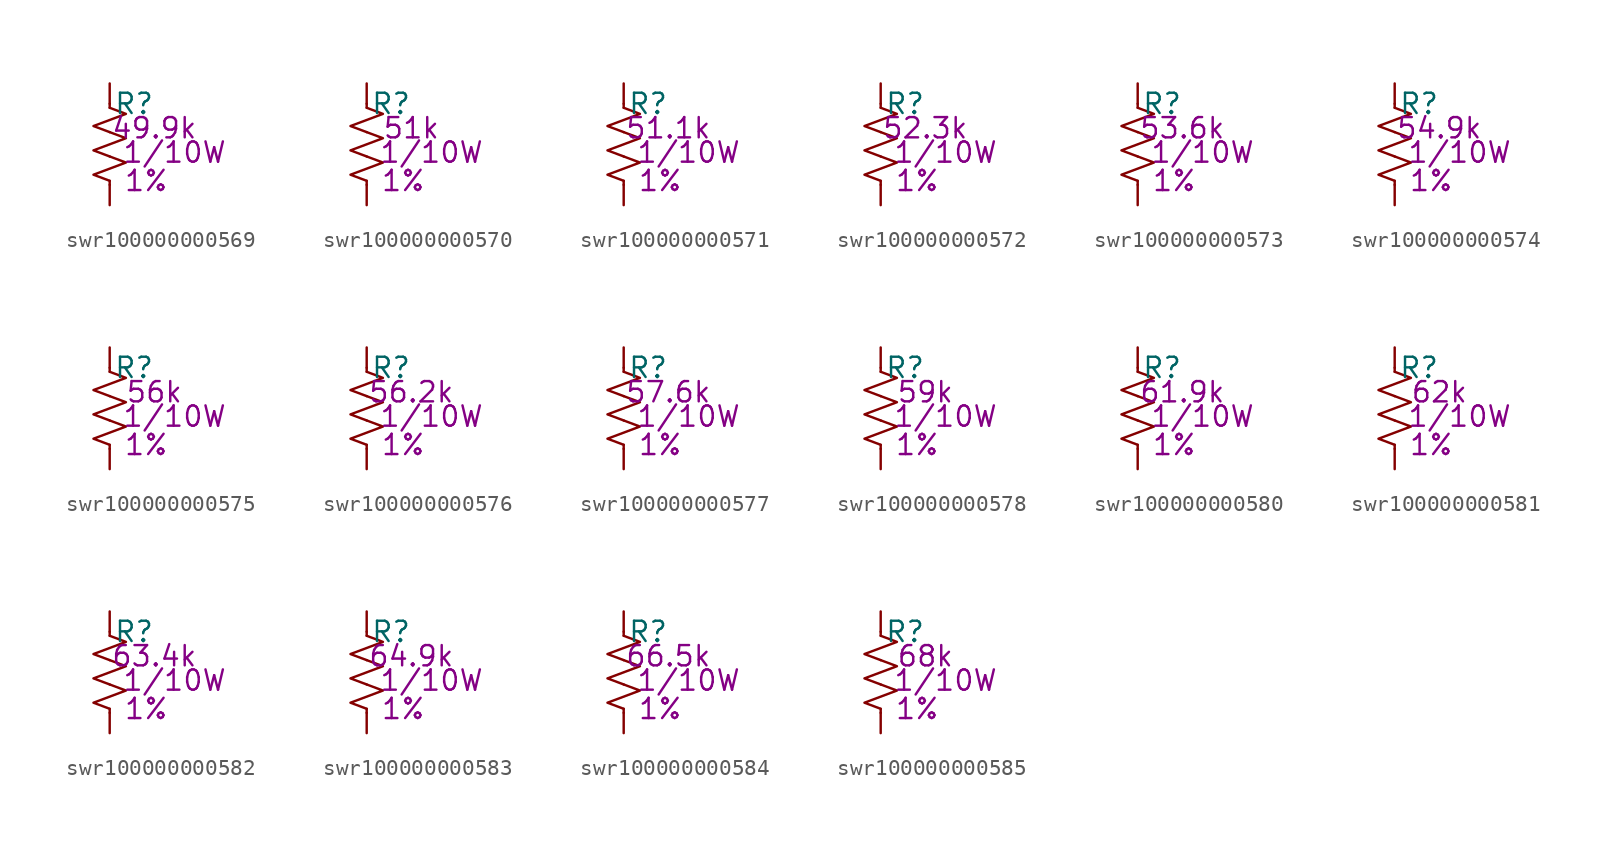
<source format=kicad_sym>
(kicad_symbol_lib
  (version 20211014)
  (generator kicad_symbol_editor)
  (symbol "swr100000000569"
    (pin_numbers hide)
    (pin_names
      (offset 1.016))
    (property "Reference" "R"
      (at 1.524 2.54 0)
      (effects (font (size 1.27 1.27))))
    (property "Tolerance" "1%"
      (at 2.286 -2.286 0)
      (effects (font (size 1.27 1.27))))
    (property "Wattage" "1/10W"
      (at 4.064 -0.508 0)
      (effects (font (size 1.27 1.27))))
    (property "PartValue" "49.9k"
      (at 2.794 1.016 0)
      (effects (font (size 1.27 1.27))))
    (symbol "swr100000000569_1_1"
      (polyline (pts (xy 0 -2.286) (xy 0 -2.54)) (stroke (width 0) (type default) (color 0 0 0 0)) (fill (type none)))
      (polyline (pts (xy 0 2.286) (xy 0 2.54)) (stroke (width 0) (type default) (color 0 0 0 0)) (fill (type none)))
      (polyline (pts (xy 0 -0.762) (xy 1.016 -1.143) (xy 0 -1.524) (xy -1.016 -1.905) (xy 0 -2.286)) (stroke (width 0) (type default) (color 0 0 0 0)) (fill (type none)))
      (polyline (pts (xy 0 0.762) (xy 1.016 0.381) (xy 0 0) (xy -1.016 -0.381) (xy 0 -0.762)) (stroke (width 0) (type default) (color 0 0 0 0)) (fill (type none)))
      (polyline (pts (xy 0 2.286) (xy 1.016 1.905) (xy 0 1.524) (xy -1.016 1.143) (xy 0 0.762)) (stroke (width 0) (type default) (color 0 0 0 0)) (fill (type none)))
      (pin passive line (at 0 3.81 270) (length 1.27) (name "~" (effects (font (size 1.27 1.27)))) (number "1" (effects (font (size 1.27 1.27)))))
      (pin passive line (at 0 -3.81 90) (length 1.27) (name "~" (effects (font (size 1.27 1.27)))) (number "2" (effects (font (size 1.27 1.27)))))))
  (symbol "swr100000000570"
    (pin_numbers hide)
    (pin_names
      (offset 1.016))
    (property "Reference" "R"
      (at 1.524 2.54 0)
      (effects (font (size 1.27 1.27))))
    (property "Tolerance" "1%"
      (at 2.286 -2.286 0)
      (effects (font (size 1.27 1.27))))
    (property "Wattage" "1/10W"
      (at 4.064 -0.508 0)
      (effects (font (size 1.27 1.27))))
    (property "PartValue" "51k"
      (at 2.794 1.016 0)
      (effects (font (size 1.27 1.27))))
    (symbol "swr100000000570_1_1"
      (polyline (pts (xy 0 -2.286) (xy 0 -2.54)) (stroke (width 0) (type default) (color 0 0 0 0)) (fill (type none)))
      (polyline (pts (xy 0 2.286) (xy 0 2.54)) (stroke (width 0) (type default) (color 0 0 0 0)) (fill (type none)))
      (polyline (pts (xy 0 -0.762) (xy 1.016 -1.143) (xy 0 -1.524) (xy -1.016 -1.905) (xy 0 -2.286)) (stroke (width 0) (type default) (color 0 0 0 0)) (fill (type none)))
      (polyline (pts (xy 0 0.762) (xy 1.016 0.381) (xy 0 0) (xy -1.016 -0.381) (xy 0 -0.762)) (stroke (width 0) (type default) (color 0 0 0 0)) (fill (type none)))
      (polyline (pts (xy 0 2.286) (xy 1.016 1.905) (xy 0 1.524) (xy -1.016 1.143) (xy 0 0.762)) (stroke (width 0) (type default) (color 0 0 0 0)) (fill (type none)))
      (pin passive line (at 0 3.81 270) (length 1.27) (name "~" (effects (font (size 1.27 1.27)))) (number "1" (effects (font (size 1.27 1.27)))))
      (pin passive line (at 0 -3.81 90) (length 1.27) (name "~" (effects (font (size 1.27 1.27)))) (number "2" (effects (font (size 1.27 1.27)))))))
  (symbol "swr100000000571"
    (pin_numbers hide)
    (pin_names
      (offset 1.016))
    (property "Reference" "R"
      (at 1.524 2.54 0)
      (effects (font (size 1.27 1.27))))
    (property "Tolerance" "1%"
      (at 2.286 -2.286 0)
      (effects (font (size 1.27 1.27))))
    (property "Wattage" "1/10W"
      (at 4.064 -0.508 0)
      (effects (font (size 1.27 1.27))))
    (property "PartValue" "51.1k"
      (at 2.794 1.016 0)
      (effects (font (size 1.27 1.27))))
    (symbol "swr100000000571_1_1"
      (polyline (pts (xy 0 -2.286) (xy 0 -2.54)) (stroke (width 0) (type default) (color 0 0 0 0)) (fill (type none)))
      (polyline (pts (xy 0 2.286) (xy 0 2.54)) (stroke (width 0) (type default) (color 0 0 0 0)) (fill (type none)))
      (polyline (pts (xy 0 -0.762) (xy 1.016 -1.143) (xy 0 -1.524) (xy -1.016 -1.905) (xy 0 -2.286)) (stroke (width 0) (type default) (color 0 0 0 0)) (fill (type none)))
      (polyline (pts (xy 0 0.762) (xy 1.016 0.381) (xy 0 0) (xy -1.016 -0.381) (xy 0 -0.762)) (stroke (width 0) (type default) (color 0 0 0 0)) (fill (type none)))
      (polyline (pts (xy 0 2.286) (xy 1.016 1.905) (xy 0 1.524) (xy -1.016 1.143) (xy 0 0.762)) (stroke (width 0) (type default) (color 0 0 0 0)) (fill (type none)))
      (pin passive line (at 0 3.81 270) (length 1.27) (name "~" (effects (font (size 1.27 1.27)))) (number "1" (effects (font (size 1.27 1.27)))))
      (pin passive line (at 0 -3.81 90) (length 1.27) (name "~" (effects (font (size 1.27 1.27)))) (number "2" (effects (font (size 1.27 1.27)))))))
  (symbol "swr100000000572"
    (pin_numbers hide)
    (pin_names
      (offset 1.016))
    (property "Reference" "R"
      (at 1.524 2.54 0)
      (effects (font (size 1.27 1.27))))
    (property "Tolerance" "1%"
      (at 2.286 -2.286 0)
      (effects (font (size 1.27 1.27))))
    (property "Wattage" "1/10W"
      (at 4.064 -0.508 0)
      (effects (font (size 1.27 1.27))))
    (property "PartValue" "52.3k"
      (at 2.794 1.016 0)
      (effects (font (size 1.27 1.27))))
    (symbol "swr100000000572_1_1"
      (polyline (pts (xy 0 -2.286) (xy 0 -2.54)) (stroke (width 0) (type default) (color 0 0 0 0)) (fill (type none)))
      (polyline (pts (xy 0 2.286) (xy 0 2.54)) (stroke (width 0) (type default) (color 0 0 0 0)) (fill (type none)))
      (polyline (pts (xy 0 -0.762) (xy 1.016 -1.143) (xy 0 -1.524) (xy -1.016 -1.905) (xy 0 -2.286)) (stroke (width 0) (type default) (color 0 0 0 0)) (fill (type none)))
      (polyline (pts (xy 0 0.762) (xy 1.016 0.381) (xy 0 0) (xy -1.016 -0.381) (xy 0 -0.762)) (stroke (width 0) (type default) (color 0 0 0 0)) (fill (type none)))
      (polyline (pts (xy 0 2.286) (xy 1.016 1.905) (xy 0 1.524) (xy -1.016 1.143) (xy 0 0.762)) (stroke (width 0) (type default) (color 0 0 0 0)) (fill (type none)))
      (pin passive line (at 0 3.81 270) (length 1.27) (name "~" (effects (font (size 1.27 1.27)))) (number "1" (effects (font (size 1.27 1.27)))))
      (pin passive line (at 0 -3.81 90) (length 1.27) (name "~" (effects (font (size 1.27 1.27)))) (number "2" (effects (font (size 1.27 1.27)))))))
  (symbol "swr100000000573"
    (pin_numbers hide)
    (pin_names
      (offset 1.016))
    (property "Reference" "R"
      (at 1.524 2.54 0)
      (effects (font (size 1.27 1.27))))
    (property "Tolerance" "1%"
      (at 2.286 -2.286 0)
      (effects (font (size 1.27 1.27))))
    (property "Wattage" "1/10W"
      (at 4.064 -0.508 0)
      (effects (font (size 1.27 1.27))))
    (property "PartValue" "53.6k"
      (at 2.794 1.016 0)
      (effects (font (size 1.27 1.27))))
    (symbol "swr100000000573_1_1"
      (polyline (pts (xy 0 -2.286) (xy 0 -2.54)) (stroke (width 0) (type default) (color 0 0 0 0)) (fill (type none)))
      (polyline (pts (xy 0 2.286) (xy 0 2.54)) (stroke (width 0) (type default) (color 0 0 0 0)) (fill (type none)))
      (polyline (pts (xy 0 -0.762) (xy 1.016 -1.143) (xy 0 -1.524) (xy -1.016 -1.905) (xy 0 -2.286)) (stroke (width 0) (type default) (color 0 0 0 0)) (fill (type none)))
      (polyline (pts (xy 0 0.762) (xy 1.016 0.381) (xy 0 0) (xy -1.016 -0.381) (xy 0 -0.762)) (stroke (width 0) (type default) (color 0 0 0 0)) (fill (type none)))
      (polyline (pts (xy 0 2.286) (xy 1.016 1.905) (xy 0 1.524) (xy -1.016 1.143) (xy 0 0.762)) (stroke (width 0) (type default) (color 0 0 0 0)) (fill (type none)))
      (pin passive line (at 0 3.81 270) (length 1.27) (name "~" (effects (font (size 1.27 1.27)))) (number "1" (effects (font (size 1.27 1.27)))))
      (pin passive line (at 0 -3.81 90) (length 1.27) (name "~" (effects (font (size 1.27 1.27)))) (number "2" (effects (font (size 1.27 1.27)))))))
  (symbol "swr100000000574"
    (pin_numbers hide)
    (pin_names
      (offset 1.016))
    (property "Reference" "R"
      (at 1.524 2.54 0)
      (effects (font (size 1.27 1.27))))
    (property "Tolerance" "1%"
      (at 2.286 -2.286 0)
      (effects (font (size 1.27 1.27))))
    (property "Wattage" "1/10W"
      (at 4.064 -0.508 0)
      (effects (font (size 1.27 1.27))))
    (property "PartValue" "54.9k"
      (at 2.794 1.016 0)
      (effects (font (size 1.27 1.27))))
    (symbol "swr100000000574_1_1"
      (polyline (pts (xy 0 -2.286) (xy 0 -2.54)) (stroke (width 0) (type default) (color 0 0 0 0)) (fill (type none)))
      (polyline (pts (xy 0 2.286) (xy 0 2.54)) (stroke (width 0) (type default) (color 0 0 0 0)) (fill (type none)))
      (polyline (pts (xy 0 -0.762) (xy 1.016 -1.143) (xy 0 -1.524) (xy -1.016 -1.905) (xy 0 -2.286)) (stroke (width 0) (type default) (color 0 0 0 0)) (fill (type none)))
      (polyline (pts (xy 0 0.762) (xy 1.016 0.381) (xy 0 0) (xy -1.016 -0.381) (xy 0 -0.762)) (stroke (width 0) (type default) (color 0 0 0 0)) (fill (type none)))
      (polyline (pts (xy 0 2.286) (xy 1.016 1.905) (xy 0 1.524) (xy -1.016 1.143) (xy 0 0.762)) (stroke (width 0) (type default) (color 0 0 0 0)) (fill (type none)))
      (pin passive line (at 0 3.81 270) (length 1.27) (name "~" (effects (font (size 1.27 1.27)))) (number "1" (effects (font (size 1.27 1.27)))))
      (pin passive line (at 0 -3.81 90) (length 1.27) (name "~" (effects (font (size 1.27 1.27)))) (number "2" (effects (font (size 1.27 1.27)))))))
  (symbol "swr100000000575"
    (pin_numbers hide)
    (pin_names
      (offset 1.016))
    (property "Reference" "R"
      (at 1.524 2.54 0)
      (effects (font (size 1.27 1.27))))
    (property "Tolerance" "1%"
      (at 2.286 -2.286 0)
      (effects (font (size 1.27 1.27))))
    (property "Wattage" "1/10W"
      (at 4.064 -0.508 0)
      (effects (font (size 1.27 1.27))))
    (property "PartValue" "56k"
      (at 2.794 1.016 0)
      (effects (font (size 1.27 1.27))))
    (symbol "swr100000000575_1_1"
      (polyline (pts (xy 0 -2.286) (xy 0 -2.54)) (stroke (width 0) (type default) (color 0 0 0 0)) (fill (type none)))
      (polyline (pts (xy 0 2.286) (xy 0 2.54)) (stroke (width 0) (type default) (color 0 0 0 0)) (fill (type none)))
      (polyline (pts (xy 0 -0.762) (xy 1.016 -1.143) (xy 0 -1.524) (xy -1.016 -1.905) (xy 0 -2.286)) (stroke (width 0) (type default) (color 0 0 0 0)) (fill (type none)))
      (polyline (pts (xy 0 0.762) (xy 1.016 0.381) (xy 0 0) (xy -1.016 -0.381) (xy 0 -0.762)) (stroke (width 0) (type default) (color 0 0 0 0)) (fill (type none)))
      (polyline (pts (xy 0 2.286) (xy 1.016 1.905) (xy 0 1.524) (xy -1.016 1.143) (xy 0 0.762)) (stroke (width 0) (type default) (color 0 0 0 0)) (fill (type none)))
      (pin passive line (at 0 3.81 270) (length 1.27) (name "~" (effects (font (size 1.27 1.27)))) (number "1" (effects (font (size 1.27 1.27)))))
      (pin passive line (at 0 -3.81 90) (length 1.27) (name "~" (effects (font (size 1.27 1.27)))) (number "2" (effects (font (size 1.27 1.27)))))))
  (symbol "swr100000000576"
    (pin_numbers hide)
    (pin_names
      (offset 1.016))
    (property "Reference" "R"
      (at 1.524 2.54 0)
      (effects (font (size 1.27 1.27))))
    (property "Tolerance" "1%"
      (at 2.286 -2.286 0)
      (effects (font (size 1.27 1.27))))
    (property "Wattage" "1/10W"
      (at 4.064 -0.508 0)
      (effects (font (size 1.27 1.27))))
    (property "PartValue" "56.2k"
      (at 2.794 1.016 0)
      (effects (font (size 1.27 1.27))))
    (symbol "swr100000000576_1_1"
      (polyline (pts (xy 0 -2.286) (xy 0 -2.54)) (stroke (width 0) (type default) (color 0 0 0 0)) (fill (type none)))
      (polyline (pts (xy 0 2.286) (xy 0 2.54)) (stroke (width 0) (type default) (color 0 0 0 0)) (fill (type none)))
      (polyline (pts (xy 0 -0.762) (xy 1.016 -1.143) (xy 0 -1.524) (xy -1.016 -1.905) (xy 0 -2.286)) (stroke (width 0) (type default) (color 0 0 0 0)) (fill (type none)))
      (polyline (pts (xy 0 0.762) (xy 1.016 0.381) (xy 0 0) (xy -1.016 -0.381) (xy 0 -0.762)) (stroke (width 0) (type default) (color 0 0 0 0)) (fill (type none)))
      (polyline (pts (xy 0 2.286) (xy 1.016 1.905) (xy 0 1.524) (xy -1.016 1.143) (xy 0 0.762)) (stroke (width 0) (type default) (color 0 0 0 0)) (fill (type none)))
      (pin passive line (at 0 3.81 270) (length 1.27) (name "~" (effects (font (size 1.27 1.27)))) (number "1" (effects (font (size 1.27 1.27)))))
      (pin passive line (at 0 -3.81 90) (length 1.27) (name "~" (effects (font (size 1.27 1.27)))) (number "2" (effects (font (size 1.27 1.27)))))))
  (symbol "swr100000000577"
    (pin_numbers hide)
    (pin_names
      (offset 1.016))
    (property "Reference" "R"
      (at 1.524 2.54 0)
      (effects (font (size 1.27 1.27))))
    (property "Tolerance" "1%"
      (at 2.286 -2.286 0)
      (effects (font (size 1.27 1.27))))
    (property "Wattage" "1/10W"
      (at 4.064 -0.508 0)
      (effects (font (size 1.27 1.27))))
    (property "PartValue" "57.6k"
      (at 2.794 1.016 0)
      (effects (font (size 1.27 1.27))))
    (symbol "swr100000000577_1_1"
      (polyline (pts (xy 0 -2.286) (xy 0 -2.54)) (stroke (width 0) (type default) (color 0 0 0 0)) (fill (type none)))
      (polyline (pts (xy 0 2.286) (xy 0 2.54)) (stroke (width 0) (type default) (color 0 0 0 0)) (fill (type none)))
      (polyline (pts (xy 0 -0.762) (xy 1.016 -1.143) (xy 0 -1.524) (xy -1.016 -1.905) (xy 0 -2.286)) (stroke (width 0) (type default) (color 0 0 0 0)) (fill (type none)))
      (polyline (pts (xy 0 0.762) (xy 1.016 0.381) (xy 0 0) (xy -1.016 -0.381) (xy 0 -0.762)) (stroke (width 0) (type default) (color 0 0 0 0)) (fill (type none)))
      (polyline (pts (xy 0 2.286) (xy 1.016 1.905) (xy 0 1.524) (xy -1.016 1.143) (xy 0 0.762)) (stroke (width 0) (type default) (color 0 0 0 0)) (fill (type none)))
      (pin passive line (at 0 3.81 270) (length 1.27) (name "~" (effects (font (size 1.27 1.27)))) (number "1" (effects (font (size 1.27 1.27)))))
      (pin passive line (at 0 -3.81 90) (length 1.27) (name "~" (effects (font (size 1.27 1.27)))) (number "2" (effects (font (size 1.27 1.27)))))))
  (symbol "swr100000000578"
    (pin_numbers hide)
    (pin_names
      (offset 1.016))
    (property "Reference" "R"
      (at 1.524 2.54 0)
      (effects (font (size 1.27 1.27))))
    (property "Tolerance" "1%"
      (at 2.286 -2.286 0)
      (effects (font (size 1.27 1.27))))
    (property "Wattage" "1/10W"
      (at 4.064 -0.508 0)
      (effects (font (size 1.27 1.27))))
    (property "PartValue" "59k"
      (at 2.794 1.016 0)
      (effects (font (size 1.27 1.27))))
    (symbol "swr100000000578_1_1"
      (polyline (pts (xy 0 -2.286) (xy 0 -2.54)) (stroke (width 0) (type default) (color 0 0 0 0)) (fill (type none)))
      (polyline (pts (xy 0 2.286) (xy 0 2.54)) (stroke (width 0) (type default) (color 0 0 0 0)) (fill (type none)))
      (polyline (pts (xy 0 -0.762) (xy 1.016 -1.143) (xy 0 -1.524) (xy -1.016 -1.905) (xy 0 -2.286)) (stroke (width 0) (type default) (color 0 0 0 0)) (fill (type none)))
      (polyline (pts (xy 0 0.762) (xy 1.016 0.381) (xy 0 0) (xy -1.016 -0.381) (xy 0 -0.762)) (stroke (width 0) (type default) (color 0 0 0 0)) (fill (type none)))
      (polyline (pts (xy 0 2.286) (xy 1.016 1.905) (xy 0 1.524) (xy -1.016 1.143) (xy 0 0.762)) (stroke (width 0) (type default) (color 0 0 0 0)) (fill (type none)))
      (pin passive line (at 0 3.81 270) (length 1.27) (name "~" (effects (font (size 1.27 1.27)))) (number "1" (effects (font (size 1.27 1.27)))))
      (pin passive line (at 0 -3.81 90) (length 1.27) (name "~" (effects (font (size 1.27 1.27)))) (number "2" (effects (font (size 1.27 1.27)))))))
  (symbol "swr100000000580"
    (pin_numbers hide)
    (pin_names
      (offset 1.016))
    (property "Reference" "R"
      (at 1.524 2.54 0)
      (effects (font (size 1.27 1.27))))
    (property "Tolerance" "1%"
      (at 2.286 -2.286 0)
      (effects (font (size 1.27 1.27))))
    (property "Wattage" "1/10W"
      (at 4.064 -0.508 0)
      (effects (font (size 1.27 1.27))))
    (property "PartValue" "61.9k"
      (at 2.794 1.016 0)
      (effects (font (size 1.27 1.27))))
    (symbol "swr100000000580_1_1"
      (polyline (pts (xy 0 -2.286) (xy 0 -2.54)) (stroke (width 0) (type default) (color 0 0 0 0)) (fill (type none)))
      (polyline (pts (xy 0 2.286) (xy 0 2.54)) (stroke (width 0) (type default) (color 0 0 0 0)) (fill (type none)))
      (polyline (pts (xy 0 -0.762) (xy 1.016 -1.143) (xy 0 -1.524) (xy -1.016 -1.905) (xy 0 -2.286)) (stroke (width 0) (type default) (color 0 0 0 0)) (fill (type none)))
      (polyline (pts (xy 0 0.762) (xy 1.016 0.381) (xy 0 0) (xy -1.016 -0.381) (xy 0 -0.762)) (stroke (width 0) (type default) (color 0 0 0 0)) (fill (type none)))
      (polyline (pts (xy 0 2.286) (xy 1.016 1.905) (xy 0 1.524) (xy -1.016 1.143) (xy 0 0.762)) (stroke (width 0) (type default) (color 0 0 0 0)) (fill (type none)))
      (pin passive line (at 0 3.81 270) (length 1.27) (name "~" (effects (font (size 1.27 1.27)))) (number "1" (effects (font (size 1.27 1.27)))))
      (pin passive line (at 0 -3.81 90) (length 1.27) (name "~" (effects (font (size 1.27 1.27)))) (number "2" (effects (font (size 1.27 1.27)))))))
  (symbol "swr100000000581"
    (pin_numbers hide)
    (pin_names
      (offset 1.016))
    (property "Reference" "R"
      (at 1.524 2.54 0)
      (effects (font (size 1.27 1.27))))
    (property "Tolerance" "1%"
      (at 2.286 -2.286 0)
      (effects (font (size 1.27 1.27))))
    (property "Wattage" "1/10W"
      (at 4.064 -0.508 0)
      (effects (font (size 1.27 1.27))))
    (property "PartValue" "62k"
      (at 2.794 1.016 0)
      (effects (font (size 1.27 1.27))))
    (symbol "swr100000000581_1_1"
      (polyline (pts (xy 0 -2.286) (xy 0 -2.54)) (stroke (width 0) (type default) (color 0 0 0 0)) (fill (type none)))
      (polyline (pts (xy 0 2.286) (xy 0 2.54)) (stroke (width 0) (type default) (color 0 0 0 0)) (fill (type none)))
      (polyline (pts (xy 0 -0.762) (xy 1.016 -1.143) (xy 0 -1.524) (xy -1.016 -1.905) (xy 0 -2.286)) (stroke (width 0) (type default) (color 0 0 0 0)) (fill (type none)))
      (polyline (pts (xy 0 0.762) (xy 1.016 0.381) (xy 0 0) (xy -1.016 -0.381) (xy 0 -0.762)) (stroke (width 0) (type default) (color 0 0 0 0)) (fill (type none)))
      (polyline (pts (xy 0 2.286) (xy 1.016 1.905) (xy 0 1.524) (xy -1.016 1.143) (xy 0 0.762)) (stroke (width 0) (type default) (color 0 0 0 0)) (fill (type none)))
      (pin passive line (at 0 3.81 270) (length 1.27) (name "~" (effects (font (size 1.27 1.27)))) (number "1" (effects (font (size 1.27 1.27)))))
      (pin passive line (at 0 -3.81 90) (length 1.27) (name "~" (effects (font (size 1.27 1.27)))) (number "2" (effects (font (size 1.27 1.27)))))))
  (symbol "swr100000000582"
    (pin_numbers hide)
    (pin_names
      (offset 1.016))
    (property "Reference" "R"
      (at 1.524 2.54 0)
      (effects (font (size 1.27 1.27))))
    (property "Tolerance" "1%"
      (at 2.286 -2.286 0)
      (effects (font (size 1.27 1.27))))
    (property "Wattage" "1/10W"
      (at 4.064 -0.508 0)
      (effects (font (size 1.27 1.27))))
    (property "PartValue" "63.4k"
      (at 2.794 1.016 0)
      (effects (font (size 1.27 1.27))))
    (symbol "swr100000000582_1_1"
      (polyline (pts (xy 0 -2.286) (xy 0 -2.54)) (stroke (width 0) (type default) (color 0 0 0 0)) (fill (type none)))
      (polyline (pts (xy 0 2.286) (xy 0 2.54)) (stroke (width 0) (type default) (color 0 0 0 0)) (fill (type none)))
      (polyline (pts (xy 0 -0.762) (xy 1.016 -1.143) (xy 0 -1.524) (xy -1.016 -1.905) (xy 0 -2.286)) (stroke (width 0) (type default) (color 0 0 0 0)) (fill (type none)))
      (polyline (pts (xy 0 0.762) (xy 1.016 0.381) (xy 0 0) (xy -1.016 -0.381) (xy 0 -0.762)) (stroke (width 0) (type default) (color 0 0 0 0)) (fill (type none)))
      (polyline (pts (xy 0 2.286) (xy 1.016 1.905) (xy 0 1.524) (xy -1.016 1.143) (xy 0 0.762)) (stroke (width 0) (type default) (color 0 0 0 0)) (fill (type none)))
      (pin passive line (at 0 3.81 270) (length 1.27) (name "~" (effects (font (size 1.27 1.27)))) (number "1" (effects (font (size 1.27 1.27)))))
      (pin passive line (at 0 -3.81 90) (length 1.27) (name "~" (effects (font (size 1.27 1.27)))) (number "2" (effects (font (size 1.27 1.27)))))))
  (symbol "swr100000000583"
    (pin_numbers hide)
    (pin_names
      (offset 1.016))
    (property "Reference" "R"
      (at 1.524 2.54 0)
      (effects (font (size 1.27 1.27))))
    (property "Tolerance" "1%"
      (at 2.286 -2.286 0)
      (effects (font (size 1.27 1.27))))
    (property "Wattage" "1/10W"
      (at 4.064 -0.508 0)
      (effects (font (size 1.27 1.27))))
    (property "PartValue" "64.9k"
      (at 2.794 1.016 0)
      (effects (font (size 1.27 1.27))))
    (symbol "swr100000000583_1_1"
      (polyline (pts (xy 0 -2.286) (xy 0 -2.54)) (stroke (width 0) (type default) (color 0 0 0 0)) (fill (type none)))
      (polyline (pts (xy 0 2.286) (xy 0 2.54)) (stroke (width 0) (type default) (color 0 0 0 0)) (fill (type none)))
      (polyline (pts (xy 0 -0.762) (xy 1.016 -1.143) (xy 0 -1.524) (xy -1.016 -1.905) (xy 0 -2.286)) (stroke (width 0) (type default) (color 0 0 0 0)) (fill (type none)))
      (polyline (pts (xy 0 0.762) (xy 1.016 0.381) (xy 0 0) (xy -1.016 -0.381) (xy 0 -0.762)) (stroke (width 0) (type default) (color 0 0 0 0)) (fill (type none)))
      (polyline (pts (xy 0 2.286) (xy 1.016 1.905) (xy 0 1.524) (xy -1.016 1.143) (xy 0 0.762)) (stroke (width 0) (type default) (color 0 0 0 0)) (fill (type none)))
      (pin passive line (at 0 3.81 270) (length 1.27) (name "~" (effects (font (size 1.27 1.27)))) (number "1" (effects (font (size 1.27 1.27)))))
      (pin passive line (at 0 -3.81 90) (length 1.27) (name "~" (effects (font (size 1.27 1.27)))) (number "2" (effects (font (size 1.27 1.27)))))))
  (symbol "swr100000000584"
    (pin_numbers hide)
    (pin_names
      (offset 1.016))
    (property "Reference" "R"
      (at 1.524 2.54 0)
      (effects (font (size 1.27 1.27))))
    (property "Tolerance" "1%"
      (at 2.286 -2.286 0)
      (effects (font (size 1.27 1.27))))
    (property "Wattage" "1/10W"
      (at 4.064 -0.508 0)
      (effects (font (size 1.27 1.27))))
    (property "PartValue" "66.5k"
      (at 2.794 1.016 0)
      (effects (font (size 1.27 1.27))))
    (symbol "swr100000000584_1_1"
      (polyline (pts (xy 0 -2.286) (xy 0 -2.54)) (stroke (width 0) (type default) (color 0 0 0 0)) (fill (type none)))
      (polyline (pts (xy 0 2.286) (xy 0 2.54)) (stroke (width 0) (type default) (color 0 0 0 0)) (fill (type none)))
      (polyline (pts (xy 0 -0.762) (xy 1.016 -1.143) (xy 0 -1.524) (xy -1.016 -1.905) (xy 0 -2.286)) (stroke (width 0) (type default) (color 0 0 0 0)) (fill (type none)))
      (polyline (pts (xy 0 0.762) (xy 1.016 0.381) (xy 0 0) (xy -1.016 -0.381) (xy 0 -0.762)) (stroke (width 0) (type default) (color 0 0 0 0)) (fill (type none)))
      (polyline (pts (xy 0 2.286) (xy 1.016 1.905) (xy 0 1.524) (xy -1.016 1.143) (xy 0 0.762)) (stroke (width 0) (type default) (color 0 0 0 0)) (fill (type none)))
      (pin passive line (at 0 3.81 270) (length 1.27) (name "~" (effects (font (size 1.27 1.27)))) (number "1" (effects (font (size 1.27 1.27)))))
      (pin passive line (at 0 -3.81 90) (length 1.27) (name "~" (effects (font (size 1.27 1.27)))) (number "2" (effects (font (size 1.27 1.27)))))))
  (symbol "swr100000000585"
    (pin_numbers hide)
    (pin_names
      (offset 1.016))
    (property "Reference" "R"
      (at 1.524 2.54 0)
      (effects (font (size 1.27 1.27))))
    (property "Tolerance" "1%"
      (at 2.286 -2.286 0)
      (effects (font (size 1.27 1.27))))
    (property "Wattage" "1/10W"
      (at 4.064 -0.508 0)
      (effects (font (size 1.27 1.27))))
    (property "PartValue" "68k"
      (at 2.794 1.016 0)
      (effects (font (size 1.27 1.27))))
    (symbol "swr100000000585_1_1"
      (polyline (pts (xy 0 -2.286) (xy 0 -2.54)) (stroke (width 0) (type default) (color 0 0 0 0)) (fill (type none)))
      (polyline (pts (xy 0 2.286) (xy 0 2.54)) (stroke (width 0) (type default) (color 0 0 0 0)) (fill (type none)))
      (polyline (pts (xy 0 -0.762) (xy 1.016 -1.143) (xy 0 -1.524) (xy -1.016 -1.905) (xy 0 -2.286)) (stroke (width 0) (type default) (color 0 0 0 0)) (fill (type none)))
      (polyline (pts (xy 0 0.762) (xy 1.016 0.381) (xy 0 0) (xy -1.016 -0.381) (xy 0 -0.762)) (stroke (width 0) (type default) (color 0 0 0 0)) (fill (type none)))
      (polyline (pts (xy 0 2.286) (xy 1.016 1.905) (xy 0 1.524) (xy -1.016 1.143) (xy 0 0.762)) (stroke (width 0) (type default) (color 0 0 0 0)) (fill (type none)))
      (pin passive line (at 0 3.81 270) (length 1.27) (name "~" (effects (font (size 1.27 1.27)))) (number "1" (effects (font (size 1.27 1.27)))))
      (pin passive line (at 0 -3.81 90) (length 1.27) (name "~" (effects (font (size 1.27 1.27)))) (number "2" (effects (font (size 1.27 1.27))))))))
</source>
